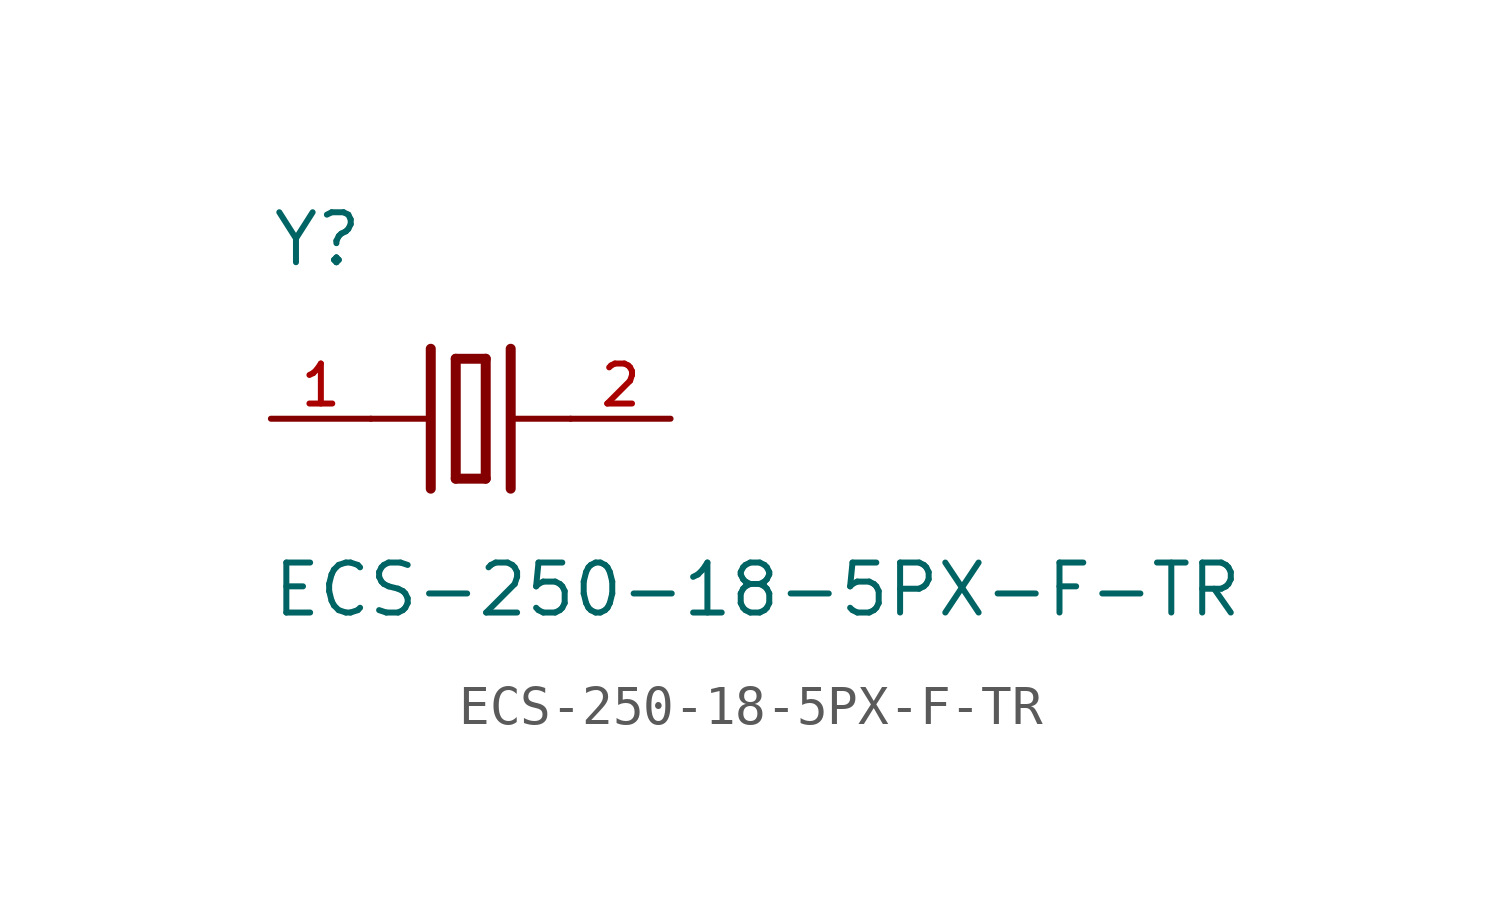
<source format=kicad_sym>
(kicad_symbol_lib
  (version 20211014)
  (generator kicad_symbol_editor)
  (symbol "ECS-250-18-5PX-F-TR"
    (pin_names
      (offset 1.016))
    (property "Reference" "Y"
      (at -5.087 3.815 0)
      (effects (font (size 1.27 1.27)) (justify bottom left)))
    (property "Value" "ECS-250-18-5PX-F-TR"
      (at -5.09 -5.09 0)
      (effects (font (size 1.27 1.27)) (justify bottom left)))
    (symbol "ECS-250-18-5PX-F-TR_0_0"
      (polyline (pts (xy 1.016 0.0) (xy 2.54 0.0)) (stroke (width 0.152)))
      (polyline (pts (xy -2.54 0.0) (xy -1.016 0.0)) (stroke (width 0.152)))
      (polyline (pts (xy -0.381 1.524) (xy -0.381 -1.524)) (stroke (width 0.254)))
      (polyline (pts (xy -0.381 -1.524) (xy 0.381 -1.524)) (stroke (width 0.254)))
      (polyline (pts (xy 0.381 -1.524) (xy 0.381 1.524)) (stroke (width 0.254)))
      (polyline (pts (xy 0.381 1.524) (xy -0.381 1.524)) (stroke (width 0.254)))
      (polyline (pts (xy 1.016 1.778) (xy 1.016 -1.778)) (stroke (width 0.254)))
      (polyline (pts (xy -1.016 1.778) (xy -1.016 -1.778)) (stroke (width 0.254)))
      (pin passive line (at 5.08 0.0 180.0) (length 2.54) (name "~" (effects (font (size 1.016 1.016)))) (number "2" (effects (font (size 1.016 1.016)))))
      (pin passive line (at -5.08 0.0 0) (length 2.54) (name "~" (effects (font (size 1.016 1.016)))) (number "1" (effects (font (size 1.016 1.016))))))))
</source>
